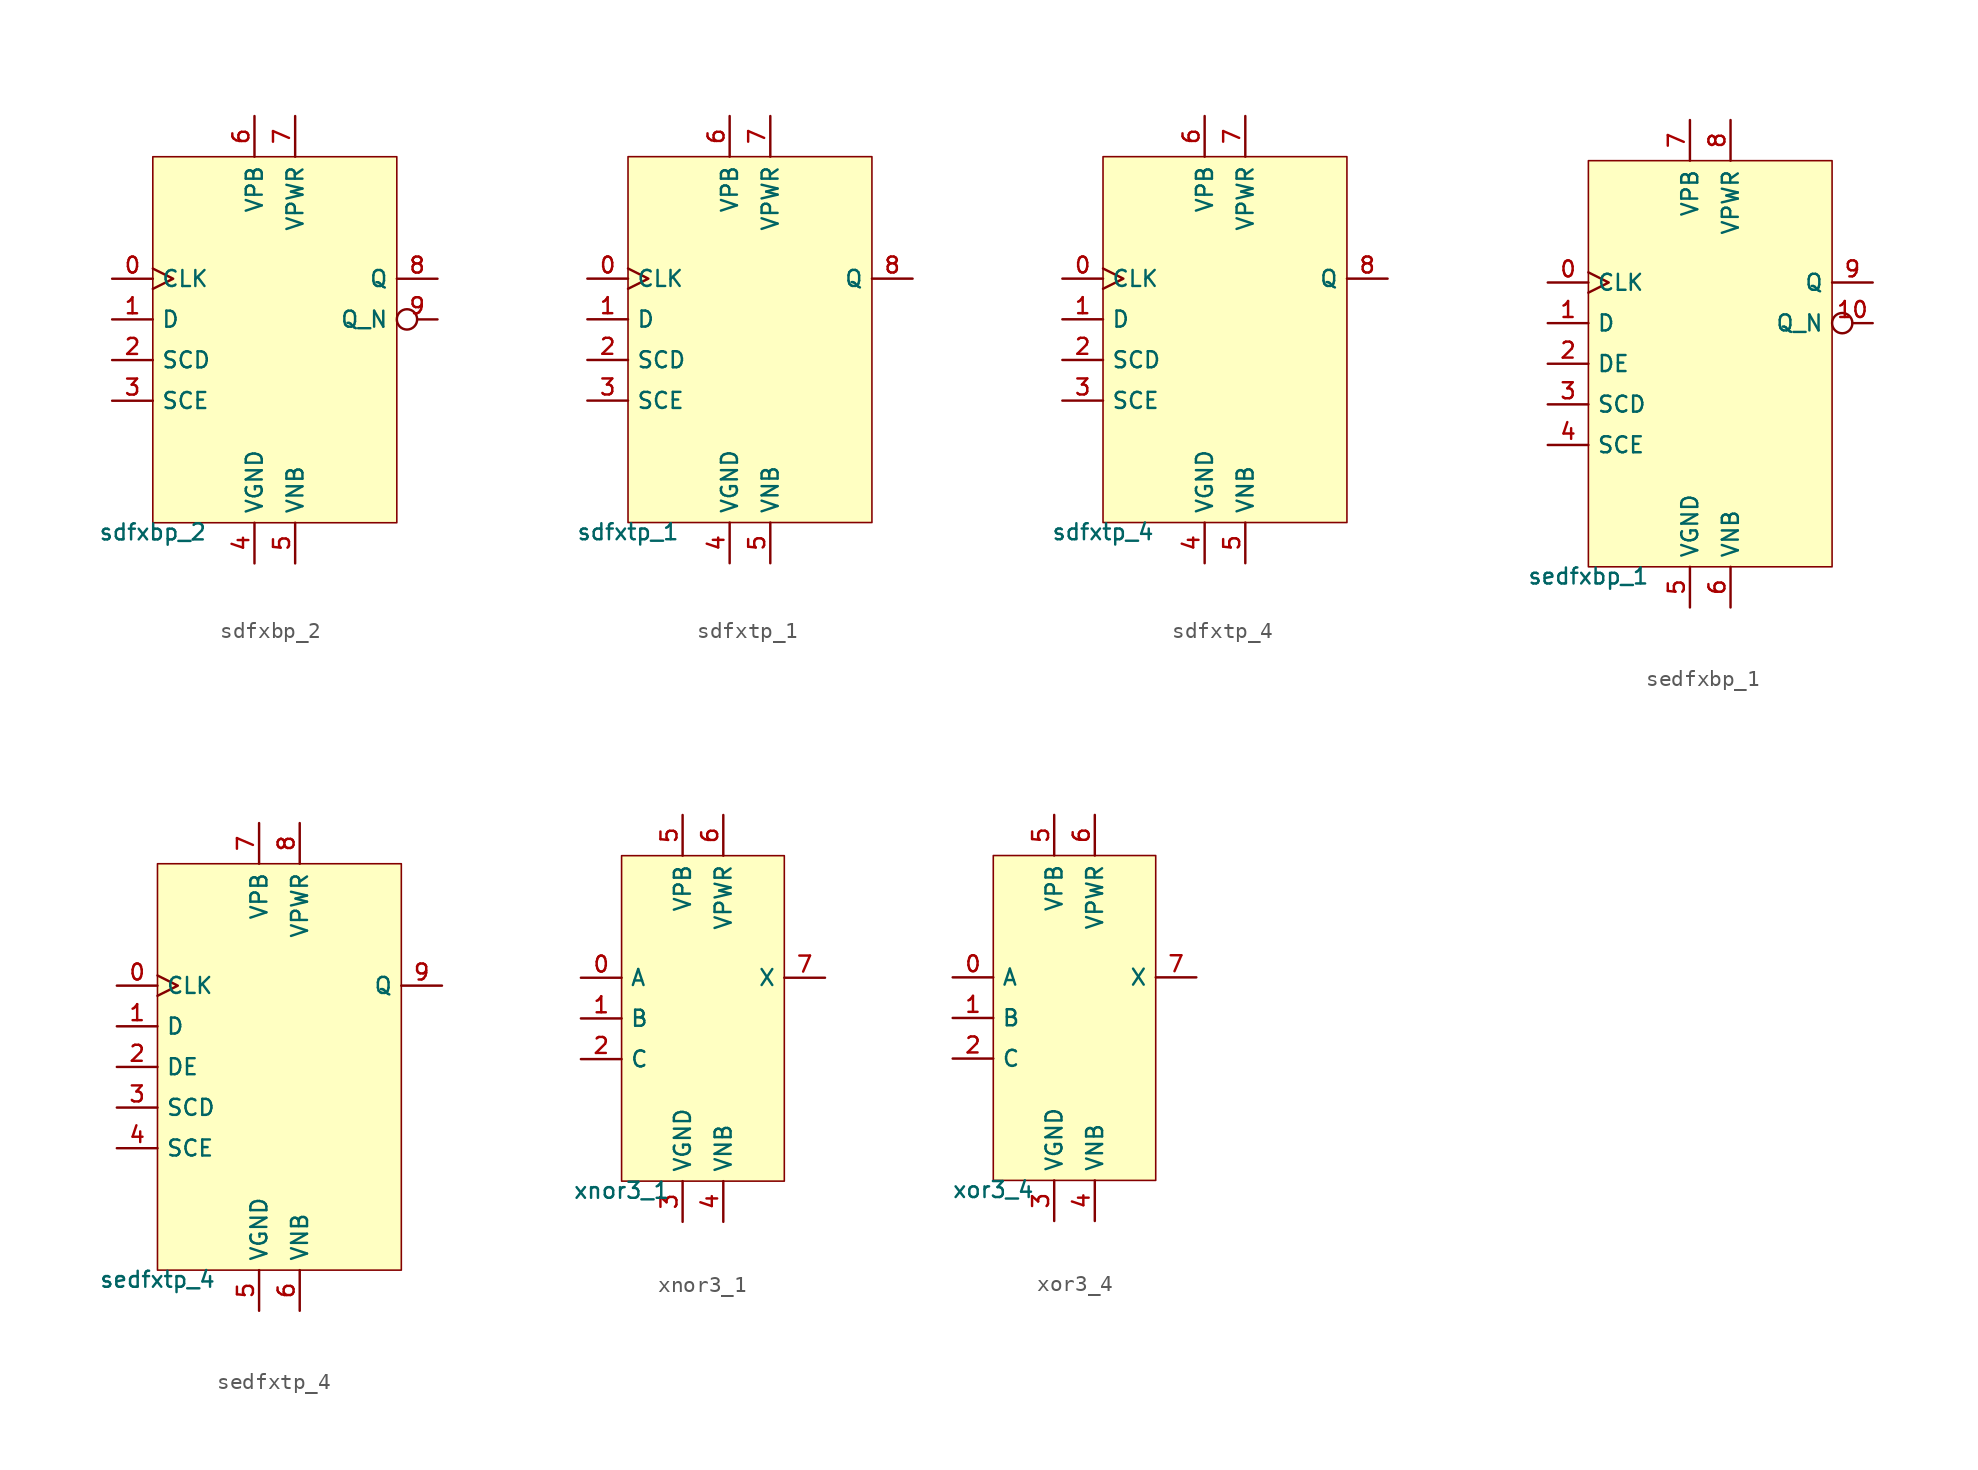
<source format=kicad_sym>
(kicad_symbol_lib
  (version 20211014)
  (generator pdk2kicad)
  (symbol "sdfxbp_2"
    (property "Reference" "X"
      (at 0 0 0)
      (effects (font (size 1 1)) hide))
    (property "Value" "sdfxbp_2"
      (at -7.62 -11.43 0)
      (effects (font (size 1 1)) (justify top)))
    (rectangle
      (start -7.62 -11.43)
      (end 7.62 11.43)
      (stroke (width 0.1) (type solid) (color 0 0 0 0))
      (fill (type background)))
    (pin input clock
      (at -10.16 3.81 0)
      (length 2.54)
      (name "CLK" (effects (font (size 1 1)) hide))
      (number "0" (effects (font (size 1 1)) hide)))
    (pin input line
      (at -10.16 1.27 0)
      (length 2.54)
      (name "D" (effects (font (size 1 1)) hide))
      (number "1" (effects (font (size 1 1)) hide)))
    (pin input line
      (at -10.16 -1.27 0)
      (length 2.54)
      (name "SCD" (effects (font (size 1 1)) hide))
      (number "2" (effects (font (size 1 1)) hide)))
    (pin input line
      (at -10.16 -3.81 0)
      (length 2.54)
      (name "SCE" (effects (font (size 1 1)) hide))
      (number "3" (effects (font (size 1 1)) hide)))
    (pin power_in line
      (at -1.27 -13.97 90)
      (length 2.54)
      (name "VGND" (effects (font (size 1 1)) hide))
      (number "4" (effects (font (size 1 1)) hide)))
    (pin power_in line
      (at 1.27 -13.97 90)
      (length 2.54)
      (name "VNB" (effects (font (size 1 1)) hide))
      (number "5" (effects (font (size 1 1)) hide)))
    (pin power_in line
      (at -1.27 13.97 270)
      (length 2.54)
      (name "VPB" (effects (font (size 1 1)) hide))
      (number "6" (effects (font (size 1 1)) hide)))
    (pin power_in line
      (at 1.27 13.97 270)
      (length 2.54)
      (name "VPWR" (effects (font (size 1 1)) hide))
      (number "7" (effects (font (size 1 1)) hide)))
    (pin output line
      (at 10.16 3.81 180)
      (length 2.54)
      (name "Q" (effects (font (size 1 1)) hide))
      (number "8" (effects (font (size 1 1)) hide)))
    (pin output inverted
      (at 10.16 1.27 180)
      (length 2.54)
      (name "Q_N" (effects (font (size 1 1)) hide))
      (number "9" (effects (font (size 1 1)) hide))))
  (symbol "sdfxtp_1"
    (property "Reference" "X"
      (at 0 0 0)
      (effects (font (size 1 1)) hide))
    (property "Value" "sdfxtp_1"
      (at -7.62 -11.43 0)
      (effects (font (size 1 1)) (justify top)))
    (rectangle
      (start -7.62 -11.43)
      (end 7.62 11.43)
      (stroke (width 0.1) (type solid) (color 0 0 0 0))
      (fill (type background)))
    (pin input clock
      (at -10.16 3.81 0)
      (length 2.54)
      (name "CLK" (effects (font (size 1 1)) hide))
      (number "0" (effects (font (size 1 1)) hide)))
    (pin input line
      (at -10.16 1.27 0)
      (length 2.54)
      (name "D" (effects (font (size 1 1)) hide))
      (number "1" (effects (font (size 1 1)) hide)))
    (pin input line
      (at -10.16 -1.27 0)
      (length 2.54)
      (name "SCD" (effects (font (size 1 1)) hide))
      (number "2" (effects (font (size 1 1)) hide)))
    (pin input line
      (at -10.16 -3.81 0)
      (length 2.54)
      (name "SCE" (effects (font (size 1 1)) hide))
      (number "3" (effects (font (size 1 1)) hide)))
    (pin power_in line
      (at -1.27 -13.97 90)
      (length 2.54)
      (name "VGND" (effects (font (size 1 1)) hide))
      (number "4" (effects (font (size 1 1)) hide)))
    (pin power_in line
      (at 1.27 -13.97 90)
      (length 2.54)
      (name "VNB" (effects (font (size 1 1)) hide))
      (number "5" (effects (font (size 1 1)) hide)))
    (pin power_in line
      (at -1.27 13.97 270)
      (length 2.54)
      (name "VPB" (effects (font (size 1 1)) hide))
      (number "6" (effects (font (size 1 1)) hide)))
    (pin power_in line
      (at 1.27 13.97 270)
      (length 2.54)
      (name "VPWR" (effects (font (size 1 1)) hide))
      (number "7" (effects (font (size 1 1)) hide)))
    (pin output line
      (at 10.16 3.81 180)
      (length 2.54)
      (name "Q" (effects (font (size 1 1)) hide))
      (number "8" (effects (font (size 1 1)) hide))))
  (symbol "sdfxtp_4"
    (property "Reference" "X"
      (at 0 0 0)
      (effects (font (size 1 1)) hide))
    (property "Value" "sdfxtp_4"
      (at -7.62 -11.43 0)
      (effects (font (size 1 1)) (justify top)))
    (rectangle
      (start -7.62 -11.43)
      (end 7.62 11.43)
      (stroke (width 0.1) (type solid) (color 0 0 0 0))
      (fill (type background)))
    (pin input clock
      (at -10.16 3.81 0)
      (length 2.54)
      (name "CLK" (effects (font (size 1 1)) hide))
      (number "0" (effects (font (size 1 1)) hide)))
    (pin input line
      (at -10.16 1.27 0)
      (length 2.54)
      (name "D" (effects (font (size 1 1)) hide))
      (number "1" (effects (font (size 1 1)) hide)))
    (pin input line
      (at -10.16 -1.27 0)
      (length 2.54)
      (name "SCD" (effects (font (size 1 1)) hide))
      (number "2" (effects (font (size 1 1)) hide)))
    (pin input line
      (at -10.16 -3.81 0)
      (length 2.54)
      (name "SCE" (effects (font (size 1 1)) hide))
      (number "3" (effects (font (size 1 1)) hide)))
    (pin power_in line
      (at -1.27 -13.97 90)
      (length 2.54)
      (name "VGND" (effects (font (size 1 1)) hide))
      (number "4" (effects (font (size 1 1)) hide)))
    (pin power_in line
      (at 1.27 -13.97 90)
      (length 2.54)
      (name "VNB" (effects (font (size 1 1)) hide))
      (number "5" (effects (font (size 1 1)) hide)))
    (pin power_in line
      (at -1.27 13.97 270)
      (length 2.54)
      (name "VPB" (effects (font (size 1 1)) hide))
      (number "6" (effects (font (size 1 1)) hide)))
    (pin power_in line
      (at 1.27 13.97 270)
      (length 2.54)
      (name "VPWR" (effects (font (size 1 1)) hide))
      (number "7" (effects (font (size 1 1)) hide)))
    (pin output line
      (at 10.16 3.81 180)
      (length 2.54)
      (name "Q" (effects (font (size 1 1)) hide))
      (number "8" (effects (font (size 1 1)) hide))))
  (symbol "sedfxbp_1"
    (property "Reference" "X"
      (at 0 0 0)
      (effects (font (size 1 1)) hide))
    (property "Value" "sedfxbp_1"
      (at -7.62 -12.7 0)
      (effects (font (size 1 1)) (justify top)))
    (rectangle
      (start -7.62 -12.7)
      (end 7.62 12.7)
      (stroke (width 0.1) (type solid) (color 0 0 0 0))
      (fill (type background)))
    (pin input clock
      (at -10.16 5.08 0)
      (length 2.54)
      (name "CLK" (effects (font (size 1 1)) hide))
      (number "0" (effects (font (size 1 1)) hide)))
    (pin input line
      (at -10.16 2.54 0)
      (length 2.54)
      (name "D" (effects (font (size 1 1)) hide))
      (number "1" (effects (font (size 1 1)) hide)))
    (pin input line
      (at -10.16 -8.881784197001252e-16 0)
      (length 2.54)
      (name "DE" (effects (font (size 1 1)) hide))
      (number "2" (effects (font (size 1 1)) hide)))
    (pin input line
      (at -10.16 -2.54 0)
      (length 2.54)
      (name "SCD" (effects (font (size 1 1)) hide))
      (number "3" (effects (font (size 1 1)) hide)))
    (pin input line
      (at -10.16 -5.08 0)
      (length 2.54)
      (name "SCE" (effects (font (size 1 1)) hide))
      (number "4" (effects (font (size 1 1)) hide)))
    (pin power_in line
      (at -1.27 -15.24 90)
      (length 2.54)
      (name "VGND" (effects (font (size 1 1)) hide))
      (number "5" (effects (font (size 1 1)) hide)))
    (pin power_in line
      (at 1.27 -15.24 90)
      (length 2.54)
      (name "VNB" (effects (font (size 1 1)) hide))
      (number "6" (effects (font (size 1 1)) hide)))
    (pin power_in line
      (at -1.27 15.24 270)
      (length 2.54)
      (name "VPB" (effects (font (size 1 1)) hide))
      (number "7" (effects (font (size 1 1)) hide)))
    (pin power_in line
      (at 1.27 15.24 270)
      (length 2.54)
      (name "VPWR" (effects (font (size 1 1)) hide))
      (number "8" (effects (font (size 1 1)) hide)))
    (pin output line
      (at 10.16 5.08 180)
      (length 2.54)
      (name "Q" (effects (font (size 1 1)) hide))
      (number "9" (effects (font (size 1 1)) hide)))
    (pin output inverted
      (at 10.16 2.54 180)
      (length 2.54)
      (name "Q_N" (effects (font (size 1 1)) hide))
      (number "10" (effects (font (size 1 1)) hide))))
  (symbol "sedfxtp_4"
    (property "Reference" "X"
      (at 0 0 0)
      (effects (font (size 1 1)) hide))
    (property "Value" "sedfxtp_4"
      (at -7.62 -12.7 0)
      (effects (font (size 1 1)) (justify top)))
    (rectangle
      (start -7.62 -12.7)
      (end 7.62 12.7)
      (stroke (width 0.1) (type solid) (color 0 0 0 0))
      (fill (type background)))
    (pin input clock
      (at -10.16 5.08 0)
      (length 2.54)
      (name "CLK" (effects (font (size 1 1)) hide))
      (number "0" (effects (font (size 1 1)) hide)))
    (pin input line
      (at -10.16 2.54 0)
      (length 2.54)
      (name "D" (effects (font (size 1 1)) hide))
      (number "1" (effects (font (size 1 1)) hide)))
    (pin input line
      (at -10.16 -8.881784197001252e-16 0)
      (length 2.54)
      (name "DE" (effects (font (size 1 1)) hide))
      (number "2" (effects (font (size 1 1)) hide)))
    (pin input line
      (at -10.16 -2.54 0)
      (length 2.54)
      (name "SCD" (effects (font (size 1 1)) hide))
      (number "3" (effects (font (size 1 1)) hide)))
    (pin input line
      (at -10.16 -5.08 0)
      (length 2.54)
      (name "SCE" (effects (font (size 1 1)) hide))
      (number "4" (effects (font (size 1 1)) hide)))
    (pin power_in line
      (at -1.27 -15.24 90)
      (length 2.54)
      (name "VGND" (effects (font (size 1 1)) hide))
      (number "5" (effects (font (size 1 1)) hide)))
    (pin power_in line
      (at 1.27 -15.24 90)
      (length 2.54)
      (name "VNB" (effects (font (size 1 1)) hide))
      (number "6" (effects (font (size 1 1)) hide)))
    (pin power_in line
      (at -1.27 15.24 270)
      (length 2.54)
      (name "VPB" (effects (font (size 1 1)) hide))
      (number "7" (effects (font (size 1 1)) hide)))
    (pin power_in line
      (at 1.27 15.24 270)
      (length 2.54)
      (name "VPWR" (effects (font (size 1 1)) hide))
      (number "8" (effects (font (size 1 1)) hide)))
    (pin output line
      (at 10.16 5.08 180)
      (length 2.54)
      (name "Q" (effects (font (size 1 1)) hide))
      (number "9" (effects (font (size 1 1)) hide))))
  (symbol "xnor3_1"
    (property "Reference" "X"
      (at 0 0 0)
      (effects (font (size 1 1)) hide))
    (property "Value" "xnor3_1"
      (at -5.08 -10.16 0)
      (effects (font (size 1 1)) (justify top)))
    (rectangle
      (start -5.08 -10.16)
      (end 5.08 10.16)
      (stroke (width 0.1) (type solid) (color 0 0 0 0))
      (fill (type background)))
    (pin input line
      (at -7.62 2.54 0)
      (length 2.54)
      (name "A" (effects (font (size 1 1)) hide))
      (number "0" (effects (font (size 1 1)) hide)))
    (pin input line
      (at -7.62 0.0 0)
      (length 2.54)
      (name "B" (effects (font (size 1 1)) hide))
      (number "1" (effects (font (size 1 1)) hide)))
    (pin input line
      (at -7.62 -2.54 0)
      (length 2.54)
      (name "C" (effects (font (size 1 1)) hide))
      (number "2" (effects (font (size 1 1)) hide)))
    (pin power_in line
      (at -1.27 -12.7 90)
      (length 2.54)
      (name "VGND" (effects (font (size 1 1)) hide))
      (number "3" (effects (font (size 1 1)) hide)))
    (pin power_in line
      (at 1.27 -12.7 90)
      (length 2.54)
      (name "VNB" (effects (font (size 1 1)) hide))
      (number "4" (effects (font (size 1 1)) hide)))
    (pin power_in line
      (at -1.27 12.7 270)
      (length 2.54)
      (name "VPB" (effects (font (size 1 1)) hide))
      (number "5" (effects (font (size 1 1)) hide)))
    (pin power_in line
      (at 1.27 12.7 270)
      (length 2.54)
      (name "VPWR" (effects (font (size 1 1)) hide))
      (number "6" (effects (font (size 1 1)) hide)))
    (pin output line
      (at 7.62 2.54 180)
      (length 2.54)
      (name "X" (effects (font (size 1 1)) hide))
      (number "7" (effects (font (size 1 1)) hide))))
  (symbol "xor3_4"
    (property "Reference" "X"
      (at 0 0 0)
      (effects (font (size 1 1)) hide))
    (property "Value" "xor3_4"
      (at -5.08 -10.16 0)
      (effects (font (size 1 1)) (justify top)))
    (rectangle
      (start -5.08 -10.16)
      (end 5.08 10.16)
      (stroke (width 0.1) (type solid) (color 0 0 0 0))
      (fill (type background)))
    (pin input line
      (at -7.62 2.54 0)
      (length 2.54)
      (name "A" (effects (font (size 1 1)) hide))
      (number "0" (effects (font (size 1 1)) hide)))
    (pin input line
      (at -7.62 0.0 0)
      (length 2.54)
      (name "B" (effects (font (size 1 1)) hide))
      (number "1" (effects (font (size 1 1)) hide)))
    (pin input line
      (at -7.62 -2.54 0)
      (length 2.54)
      (name "C" (effects (font (size 1 1)) hide))
      (number "2" (effects (font (size 1 1)) hide)))
    (pin power_in line
      (at -1.27 -12.7 90)
      (length 2.54)
      (name "VGND" (effects (font (size 1 1)) hide))
      (number "3" (effects (font (size 1 1)) hide)))
    (pin power_in line
      (at 1.27 -12.7 90)
      (length 2.54)
      (name "VNB" (effects (font (size 1 1)) hide))
      (number "4" (effects (font (size 1 1)) hide)))
    (pin power_in line
      (at -1.27 12.7 270)
      (length 2.54)
      (name "VPB" (effects (font (size 1 1)) hide))
      (number "5" (effects (font (size 1 1)) hide)))
    (pin power_in line
      (at 1.27 12.7 270)
      (length 2.54)
      (name "VPWR" (effects (font (size 1 1)) hide))
      (number "6" (effects (font (size 1 1)) hide)))
    (pin output line
      (at 7.62 2.54 180)
      (length 2.54)
      (name "X" (effects (font (size 1 1)) hide))
      (number "7" (effects (font (size 1 1)) hide)))))
</source>
